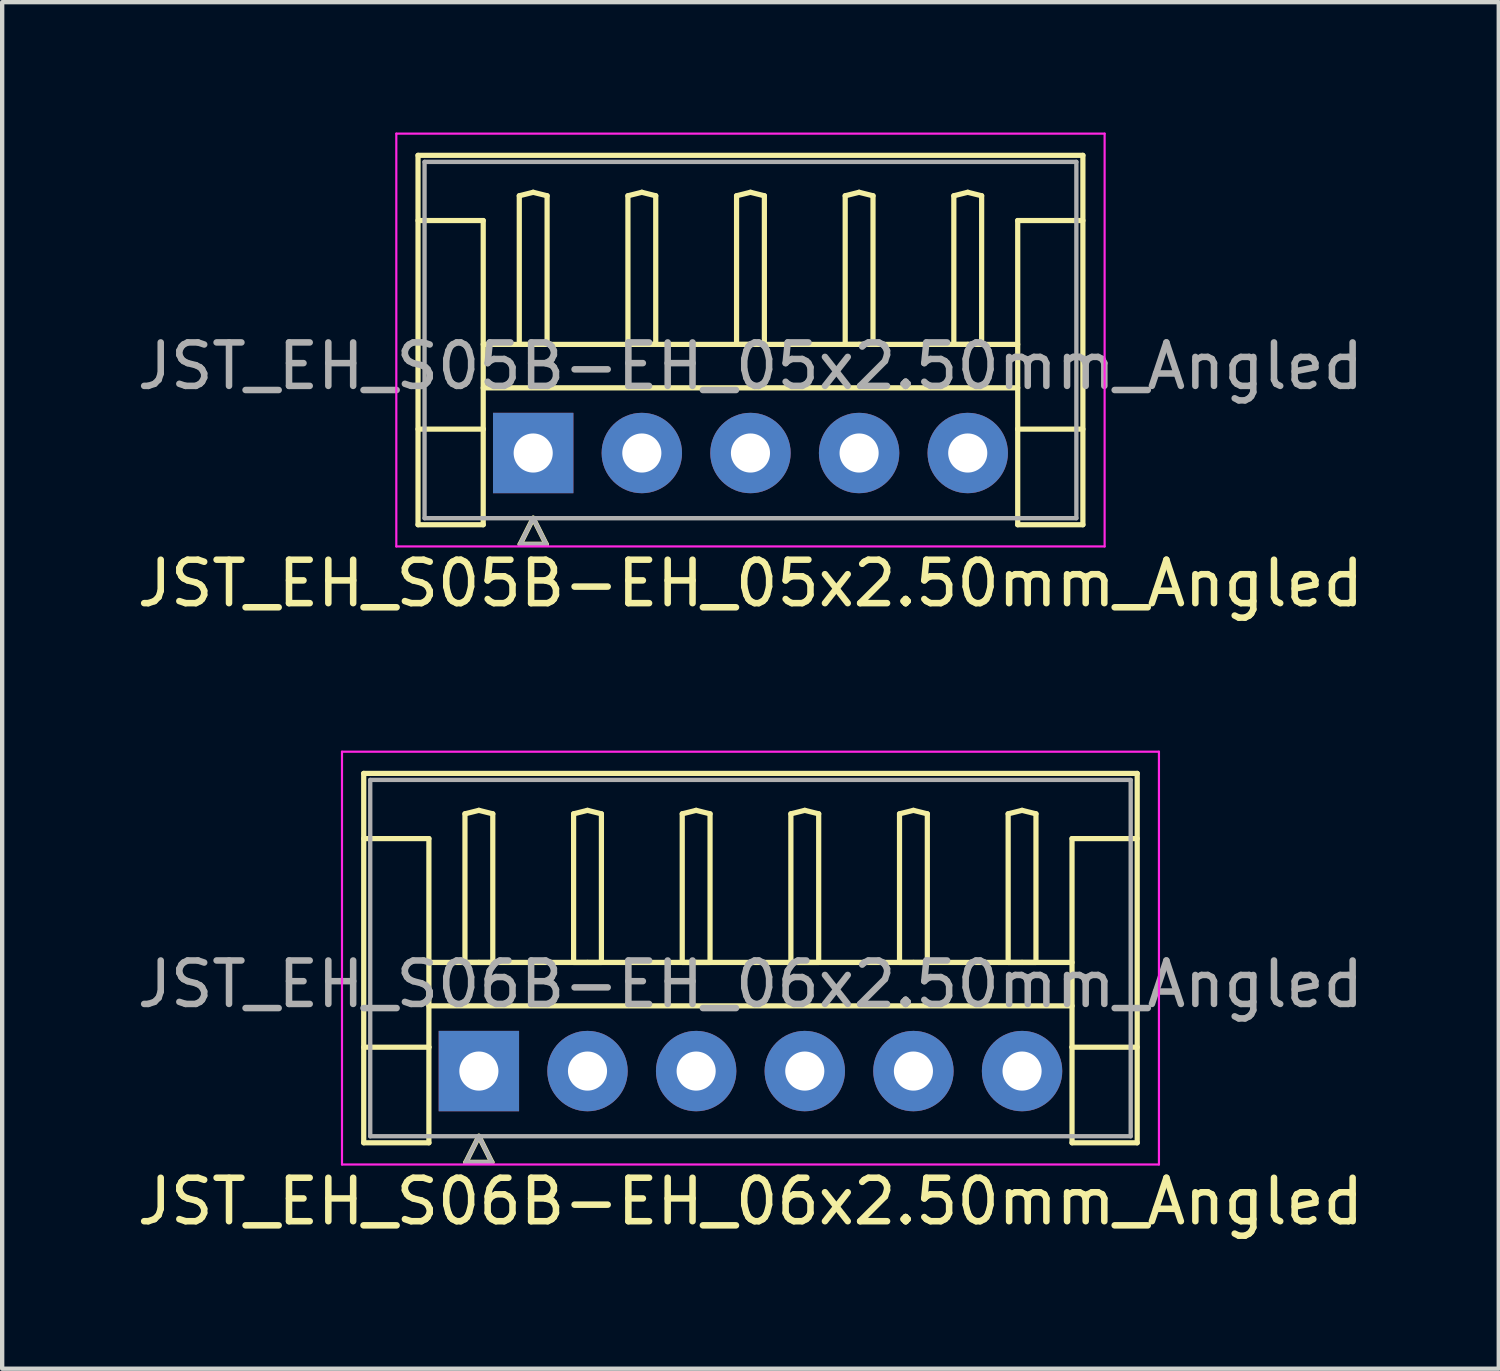
<source format=kicad_pcb>
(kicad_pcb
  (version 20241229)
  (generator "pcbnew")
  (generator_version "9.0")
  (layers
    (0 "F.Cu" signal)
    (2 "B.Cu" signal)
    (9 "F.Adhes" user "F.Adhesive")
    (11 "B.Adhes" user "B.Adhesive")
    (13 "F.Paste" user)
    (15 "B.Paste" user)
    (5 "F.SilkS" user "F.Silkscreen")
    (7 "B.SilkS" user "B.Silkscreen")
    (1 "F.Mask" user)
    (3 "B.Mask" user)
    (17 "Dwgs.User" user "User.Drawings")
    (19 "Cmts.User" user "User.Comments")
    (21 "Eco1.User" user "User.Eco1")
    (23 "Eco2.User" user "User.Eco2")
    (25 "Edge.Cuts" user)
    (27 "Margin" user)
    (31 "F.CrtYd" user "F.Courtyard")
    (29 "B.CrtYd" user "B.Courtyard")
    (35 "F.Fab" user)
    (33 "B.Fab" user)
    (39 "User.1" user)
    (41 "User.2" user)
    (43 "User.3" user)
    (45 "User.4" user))
  (footprint "JST_EH_S05B-EH_05x2.50mm_Angled"
    (layer "F.Cu")
    (at 9.22 7.375)
    (property "Reference" "JST_EH_S05B-EH_05x2.50mm_Angled" (at 5 3 0) (layer "F.SilkS") (effects (font (size 1 1) (thickness 0.15))))
    (attr through_hole)
    (fp_line (start -2.65 -6.85) (end 12.65 -6.85) (stroke (width 0.12) (type solid)) (layer "F.SilkS"))
    (fp_line (start -2.65 -5.35) (end -1.15 -5.35) (stroke (width 0.12) (type solid)) (layer "F.SilkS"))
    (fp_line (start -2.65 1.65) (end -2.65 -6.85) (stroke (width 0.12) (type solid)) (layer "F.SilkS"))
    (fp_line (start -1.15 -5.35) (end -1.15 -0.55) (stroke (width 0.12) (type solid)) (layer "F.SilkS"))
    (fp_line (start -1.15 -2.5) (end 11.15 -2.5) (stroke (width 0.12) (type solid)) (layer "F.SilkS"))
    (fp_line (start -1.15 -1.5) (end 11.15 -1.5) (stroke (width 0.12) (type solid)) (layer "F.SilkS"))
    (fp_line (start -1.15 -0.55) (end -2.65 -0.55) (stroke (width 0.12) (type solid)) (layer "F.SilkS"))
    (fp_line (start -1.15 -0.55) (end -1.15 1.65) (stroke (width 0.12) (type solid)) (layer "F.SilkS"))
    (fp_line (start -1.15 1.65) (end -2.65 1.65) (stroke (width 0.12) (type solid)) (layer "F.SilkS"))
    (fp_line (start -0.32 -5.92) (end 0 -6) (stroke (width 0.12) (type solid)) (layer "F.SilkS"))
    (fp_line (start -0.32 -2.5) (end -0.32 -5.92) (stroke (width 0.12) (type solid)) (layer "F.SilkS"))
    (fp_line (start -0.3 2.1) (end 0.3 2.1) (stroke (width 0.12) (type solid)) (layer "F.SilkS"))
    (fp_line (start 0 -6) (end 0.32 -5.92) (stroke (width 0.12) (type solid)) (layer "F.SilkS"))
    (fp_line (start 0 -2.5) (end -0.32 -2.5) (stroke (width 0.12) (type solid)) (layer "F.SilkS"))
    (fp_line (start 0 1.5) (end -0.3 2.1) (stroke (width 0.12) (type solid)) (layer "F.SilkS"))
    (fp_line (start 0.3 2.1) (end 0 1.5) (stroke (width 0.12) (type solid)) (layer "F.SilkS"))
    (fp_line (start 0.32 -5.92) (end 0.32 -2.5) (stroke (width 0.12) (type solid)) (layer "F.SilkS"))
    (fp_line (start 0.32 -2.5) (end 0 -2.5) (stroke (width 0.12) (type solid)) (layer "F.SilkS"))
    (fp_line (start 2.18 -5.92) (end 2.5 -6) (stroke (width 0.12) (type solid)) (layer "F.SilkS"))
    (fp_line (start 2.18 -2.5) (end 2.18 -5.92) (stroke (width 0.12) (type solid)) (layer "F.SilkS"))
    (fp_line (start 2.5 -6) (end 2.82 -5.92) (stroke (width 0.12) (type solid)) (layer "F.SilkS"))
    (fp_line (start 2.5 -2.5) (end 2.18 -2.5) (stroke (width 0.12) (type solid)) (layer "F.SilkS"))
    (fp_line (start 2.82 -5.92) (end 2.82 -2.5) (stroke (width 0.12) (type solid)) (layer "F.SilkS"))
    (fp_line (start 2.82 -2.5) (end 2.5 -2.5) (stroke (width 0.12) (type solid)) (layer "F.SilkS"))
    (fp_line (start 4.68 -5.92) (end 5 -6) (stroke (width 0.12) (type solid)) (layer "F.SilkS"))
    (fp_line (start 4.68 -2.5) (end 4.68 -5.92) (stroke (width 0.12) (type solid)) (layer "F.SilkS"))
    (fp_line (start 5 -6) (end 5.32 -5.92) (stroke (width 0.12) (type solid)) (layer "F.SilkS"))
    (fp_line (start 5 -2.5) (end 4.68 -2.5) (stroke (width 0.12) (type solid)) (layer "F.SilkS"))
    (fp_line (start 5.32 -5.92) (end 5.32 -2.5) (stroke (width 0.12) (type solid)) (layer "F.SilkS"))
    (fp_line (start 5.32 -2.5) (end 5 -2.5) (stroke (width 0.12) (type solid)) (layer "F.SilkS"))
    (fp_line (start 7.18 -5.92) (end 7.5 -6) (stroke (width 0.12) (type solid)) (layer "F.SilkS"))
    (fp_line (start 7.18 -2.5) (end 7.18 -5.92) (stroke (width 0.12) (type solid)) (layer "F.SilkS"))
    (fp_line (start 7.5 -6) (end 7.82 -5.92) (stroke (width 0.12) (type solid)) (layer "F.SilkS"))
    (fp_line (start 7.5 -2.5) (end 7.18 -2.5) (stroke (width 0.12) (type solid)) (layer "F.SilkS"))
    (fp_line (start 7.82 -5.92) (end 7.82 -2.5) (stroke (width 0.12) (type solid)) (layer "F.SilkS"))
    (fp_line (start 7.82 -2.5) (end 7.5 -2.5) (stroke (width 0.12) (type solid)) (layer "F.SilkS"))
    (fp_line (start 9.68 -5.92) (end 10 -6) (stroke (width 0.12) (type solid)) (layer "F.SilkS"))
    (fp_line (start 9.68 -2.5) (end 9.68 -5.92) (stroke (width 0.12) (type solid)) (layer "F.SilkS"))
    (fp_line (start 10 -6) (end 10.32 -5.92) (stroke (width 0.12) (type solid)) (layer "F.SilkS"))
    (fp_line (start 10 -2.5) (end 9.68 -2.5) (stroke (width 0.12) (type solid)) (layer "F.SilkS"))
    (fp_line (start 10.32 -5.92) (end 10.32 -2.5) (stroke (width 0.12) (type solid)) (layer "F.SilkS"))
    (fp_line (start 10.32 -2.5) (end 10 -2.5) (stroke (width 0.12) (type solid)) (layer "F.SilkS"))
    (fp_line (start 11.15 -5.35) (end 11.15 -0.55) (stroke (width 0.12) (type solid)) (layer "F.SilkS"))
    (fp_line (start 11.15 -0.55) (end 12.65 -0.55) (stroke (width 0.12) (type solid)) (layer "F.SilkS"))
    (fp_line (start 11.15 1.65) (end 11.15 -0.55) (stroke (width 0.12) (type solid)) (layer "F.SilkS"))
    (fp_line (start 12.65 -6.85) (end 12.65 1.65) (stroke (width 0.12) (type solid)) (layer "F.SilkS"))
    (fp_line (start 12.65 -5.35) (end 11.15 -5.35) (stroke (width 0.12) (type solid)) (layer "F.SilkS"))
    (fp_line (start 12.65 1.65) (end 11.15 1.65) (stroke (width 0.12) (type solid)) (layer "F.SilkS"))
    (fp_line (start -3.15 -7.35) (end -3.15 2.15) (stroke (width 0.05) (type solid)) (layer "F.CrtYd"))
    (fp_line (start -3.15 2.15) (end 13.15 2.15) (stroke (width 0.05) (type solid)) (layer "F.CrtYd"))
    (fp_line (start 13.15 -7.35) (end -3.15 -7.35) (stroke (width 0.05) (type solid)) (layer "F.CrtYd"))
    (fp_line (start 13.15 2.15) (end 13.15 -7.35) (stroke (width 0.05) (type solid)) (layer "F.CrtYd"))
    (fp_line (start -2.5 -6.7) (end -2.5 1.5) (stroke (width 0.1) (type solid)) (layer "F.Fab"))
    (fp_line (start -2.5 1.5) (end 12.5 1.5) (stroke (width 0.1) (type solid)) (layer "F.Fab"))
    (fp_line (start -0.3 2.1) (end 0.3 2.1) (stroke (width 0.1) (type solid)) (layer "F.Fab"))
    (fp_line (start 0 1.5) (end -0.3 2.1) (stroke (width 0.1) (type solid)) (layer "F.Fab"))
    (fp_line (start 0.3 2.1) (end 0 1.5) (stroke (width 0.1) (type solid)) (layer "F.Fab"))
    (fp_line (start 12.5 -6.7) (end -2.5 -6.7) (stroke (width 0.1) (type solid)) (layer "F.Fab"))
    (fp_line (start 12.5 1.5) (end 12.5 -6.7) (stroke (width 0.1) (type solid)) (layer "F.Fab"))
    (fp_text user "${REFERENCE}" (at 5 -2 0) (layer "F.Fab") (effects (font (size 1 1) (thickness 0.15))))
    (pad "1" thru_hole rect (at 0 0) (size 1.85 1.85) (drill 0.9) (layers "*.Cu" "*.Mask"))
    (pad "2" thru_hole circle (at 2.5 0) (size 1.85 1.85) (drill 0.9) (layers "*.Cu" "*.Mask"))
    (pad "3" thru_hole circle (at 5 0) (size 1.85 1.85) (drill 0.9) (layers "*.Cu" "*.Mask"))
    (pad "4" thru_hole circle (at 7.5 0) (size 1.85 1.85) (drill 0.9) (layers "*.Cu" "*.Mask"))
    (pad "5" thru_hole circle (at 10 0) (size 1.85 1.85) (drill 0.9) (layers "*.Cu" "*.Mask")))
  (footprint "JST_EH_S06B-EH_06x2.50mm_Angled"
    (layer "F.Cu")
    (at 7.97 21.598)
    (property "Reference" "JST_EH_S06B-EH_06x2.50mm_Angled" (at 6.25 3 0) (layer "F.SilkS") (effects (font (size 1 1) (thickness 0.15))))
    (attr through_hole)
    (fp_line (start -2.65 -6.85) (end 15.15 -6.85) (stroke (width 0.12) (type solid)) (layer "F.SilkS"))
    (fp_line (start -2.65 -5.35) (end -1.15 -5.35) (stroke (width 0.12) (type solid)) (layer "F.SilkS"))
    (fp_line (start -2.65 1.65) (end -2.65 -6.85) (stroke (width 0.12) (type solid)) (layer "F.SilkS"))
    (fp_line (start -1.15 -5.35) (end -1.15 -0.55) (stroke (width 0.12) (type solid)) (layer "F.SilkS"))
    (fp_line (start -1.15 -2.5) (end 13.65 -2.5) (stroke (width 0.12) (type solid)) (layer "F.SilkS"))
    (fp_line (start -1.15 -1.5) (end 13.65 -1.5) (stroke (width 0.12) (type solid)) (layer "F.SilkS"))
    (fp_line (start -1.15 -0.55) (end -2.65 -0.55) (stroke (width 0.12) (type solid)) (layer "F.SilkS"))
    (fp_line (start -1.15 -0.55) (end -1.15 1.65) (stroke (width 0.12) (type solid)) (layer "F.SilkS"))
    (fp_line (start -1.15 1.65) (end -2.65 1.65) (stroke (width 0.12) (type solid)) (layer "F.SilkS"))
    (fp_line (start -0.32 -5.92) (end 0 -6) (stroke (width 0.12) (type solid)) (layer "F.SilkS"))
    (fp_line (start -0.32 -2.5) (end -0.32 -5.92) (stroke (width 0.12) (type solid)) (layer "F.SilkS"))
    (fp_line (start -0.3 2.1) (end 0.3 2.1) (stroke (width 0.12) (type solid)) (layer "F.SilkS"))
    (fp_line (start 0 -6) (end 0.32 -5.92) (stroke (width 0.12) (type solid)) (layer "F.SilkS"))
    (fp_line (start 0 -2.5) (end -0.32 -2.5) (stroke (width 0.12) (type solid)) (layer "F.SilkS"))
    (fp_line (start 0 1.5) (end -0.3 2.1) (stroke (width 0.12) (type solid)) (layer "F.SilkS"))
    (fp_line (start 0.3 2.1) (end 0 1.5) (stroke (width 0.12) (type solid)) (layer "F.SilkS"))
    (fp_line (start 0.32 -5.92) (end 0.32 -2.5) (stroke (width 0.12) (type solid)) (layer "F.SilkS"))
    (fp_line (start 0.32 -2.5) (end 0 -2.5) (stroke (width 0.12) (type solid)) (layer "F.SilkS"))
    (fp_line (start 2.18 -5.92) (end 2.5 -6) (stroke (width 0.12) (type solid)) (layer "F.SilkS"))
    (fp_line (start 2.18 -2.5) (end 2.18 -5.92) (stroke (width 0.12) (type solid)) (layer "F.SilkS"))
    (fp_line (start 2.5 -6) (end 2.82 -5.92) (stroke (width 0.12) (type solid)) (layer "F.SilkS"))
    (fp_line (start 2.5 -2.5) (end 2.18 -2.5) (stroke (width 0.12) (type solid)) (layer "F.SilkS"))
    (fp_line (start 2.82 -5.92) (end 2.82 -2.5) (stroke (width 0.12) (type solid)) (layer "F.SilkS"))
    (fp_line (start 2.82 -2.5) (end 2.5 -2.5) (stroke (width 0.12) (type solid)) (layer "F.SilkS"))
    (fp_line (start 4.68 -5.92) (end 5 -6) (stroke (width 0.12) (type solid)) (layer "F.SilkS"))
    (fp_line (start 4.68 -2.5) (end 4.68 -5.92) (stroke (width 0.12) (type solid)) (layer "F.SilkS"))
    (fp_line (start 5 -6) (end 5.32 -5.92) (stroke (width 0.12) (type solid)) (layer "F.SilkS"))
    (fp_line (start 5 -2.5) (end 4.68 -2.5) (stroke (width 0.12) (type solid)) (layer "F.SilkS"))
    (fp_line (start 5.32 -5.92) (end 5.32 -2.5) (stroke (width 0.12) (type solid)) (layer "F.SilkS"))
    (fp_line (start 5.32 -2.5) (end 5 -2.5) (stroke (width 0.12) (type solid)) (layer "F.SilkS"))
    (fp_line (start 7.18 -5.92) (end 7.5 -6) (stroke (width 0.12) (type solid)) (layer "F.SilkS"))
    (fp_line (start 7.18 -2.5) (end 7.18 -5.92) (stroke (width 0.12) (type solid)) (layer "F.SilkS"))
    (fp_line (start 7.5 -6) (end 7.82 -5.92) (stroke (width 0.12) (type solid)) (layer "F.SilkS"))
    (fp_line (start 7.5 -2.5) (end 7.18 -2.5) (stroke (width 0.12) (type solid)) (layer "F.SilkS"))
    (fp_line (start 7.82 -5.92) (end 7.82 -2.5) (stroke (width 0.12) (type solid)) (layer "F.SilkS"))
    (fp_line (start 7.82 -2.5) (end 7.5 -2.5) (stroke (width 0.12) (type solid)) (layer "F.SilkS"))
    (fp_line (start 9.68 -5.92) (end 10 -6) (stroke (width 0.12) (type solid)) (layer "F.SilkS"))
    (fp_line (start 9.68 -2.5) (end 9.68 -5.92) (stroke (width 0.12) (type solid)) (layer "F.SilkS"))
    (fp_line (start 10 -6) (end 10.32 -5.92) (stroke (width 0.12) (type solid)) (layer "F.SilkS"))
    (fp_line (start 10 -2.5) (end 9.68 -2.5) (stroke (width 0.12) (type solid)) (layer "F.SilkS"))
    (fp_line (start 10.32 -5.92) (end 10.32 -2.5) (stroke (width 0.12) (type solid)) (layer "F.SilkS"))
    (fp_line (start 10.32 -2.5) (end 10 -2.5) (stroke (width 0.12) (type solid)) (layer "F.SilkS"))
    (fp_line (start 12.18 -5.92) (end 12.5 -6) (stroke (width 0.12) (type solid)) (layer "F.SilkS"))
    (fp_line (start 12.18 -2.5) (end 12.18 -5.92) (stroke (width 0.12) (type solid)) (layer "F.SilkS"))
    (fp_line (start 12.5 -6) (end 12.82 -5.92) (stroke (width 0.12) (type solid)) (layer "F.SilkS"))
    (fp_line (start 12.5 -2.5) (end 12.18 -2.5) (stroke (width 0.12) (type solid)) (layer "F.SilkS"))
    (fp_line (start 12.82 -5.92) (end 12.82 -2.5) (stroke (width 0.12) (type solid)) (layer "F.SilkS"))
    (fp_line (start 12.82 -2.5) (end 12.5 -2.5) (stroke (width 0.12) (type solid)) (layer "F.SilkS"))
    (fp_line (start 13.65 -5.35) (end 13.65 -0.55) (stroke (width 0.12) (type solid)) (layer "F.SilkS"))
    (fp_line (start 13.65 -0.55) (end 15.15 -0.55) (stroke (width 0.12) (type solid)) (layer "F.SilkS"))
    (fp_line (start 13.65 1.65) (end 13.65 -0.55) (stroke (width 0.12) (type solid)) (layer "F.SilkS"))
    (fp_line (start 15.15 -6.85) (end 15.15 1.65) (stroke (width 0.12) (type solid)) (layer "F.SilkS"))
    (fp_line (start 15.15 -5.35) (end 13.65 -5.35) (stroke (width 0.12) (type solid)) (layer "F.SilkS"))
    (fp_line (start 15.15 1.65) (end 13.65 1.65) (stroke (width 0.12) (type solid)) (layer "F.SilkS"))
    (fp_line (start -3.15 -7.35) (end -3.15 2.15) (stroke (width 0.05) (type solid)) (layer "F.CrtYd"))
    (fp_line (start -3.15 2.15) (end 15.65 2.15) (stroke (width 0.05) (type solid)) (layer "F.CrtYd"))
    (fp_line (start 15.65 -7.35) (end -3.15 -7.35) (stroke (width 0.05) (type solid)) (layer "F.CrtYd"))
    (fp_line (start 15.65 2.15) (end 15.65 -7.35) (stroke (width 0.05) (type solid)) (layer "F.CrtYd"))
    (fp_line (start -2.5 -6.7) (end -2.5 1.5) (stroke (width 0.1) (type solid)) (layer "F.Fab"))
    (fp_line (start -2.5 1.5) (end 15 1.5) (stroke (width 0.1) (type solid)) (layer "F.Fab"))
    (fp_line (start -0.3 2.1) (end 0.3 2.1) (stroke (width 0.1) (type solid)) (layer "F.Fab"))
    (fp_line (start 0 1.5) (end -0.3 2.1) (stroke (width 0.1) (type solid)) (layer "F.Fab"))
    (fp_line (start 0.3 2.1) (end 0 1.5) (stroke (width 0.1) (type solid)) (layer "F.Fab"))
    (fp_line (start 15 -6.7) (end -2.5 -6.7) (stroke (width 0.1) (type solid)) (layer "F.Fab"))
    (fp_line (start 15 1.5) (end 15 -6.7) (stroke (width 0.1) (type solid)) (layer "F.Fab"))
    (fp_text user "${REFERENCE}" (at 6.25 -2 0) (layer "F.Fab") (effects (font (size 1 1) (thickness 0.15))))
    (pad "1" thru_hole rect (at 0 0) (size 1.85 1.85) (drill 0.9) (layers "*.Cu" "*.Mask"))
    (pad "2" thru_hole circle (at 2.5 0) (size 1.85 1.85) (drill 0.9) (layers "*.Cu" "*.Mask"))
    (pad "3" thru_hole circle (at 5 0) (size 1.85 1.85) (drill 0.9) (layers "*.Cu" "*.Mask"))
    (pad "4" thru_hole circle (at 7.5 0) (size 1.85 1.85) (drill 0.9) (layers "*.Cu" "*.Mask"))
    (pad "5" thru_hole circle (at 10 0) (size 1.85 1.85) (drill 0.9) (layers "*.Cu" "*.Mask"))
    (pad "6" thru_hole circle (at 12.5 0) (size 1.85 1.85) (drill 0.9) (layers "*.Cu" "*.Mask")))
  (gr_rect
    (start -3 -3)
    (end 31.44 28.447)
    (stroke (width 0.1) (type default))
    (fill no)
    (layer "Edge.Cuts")))
</source>
